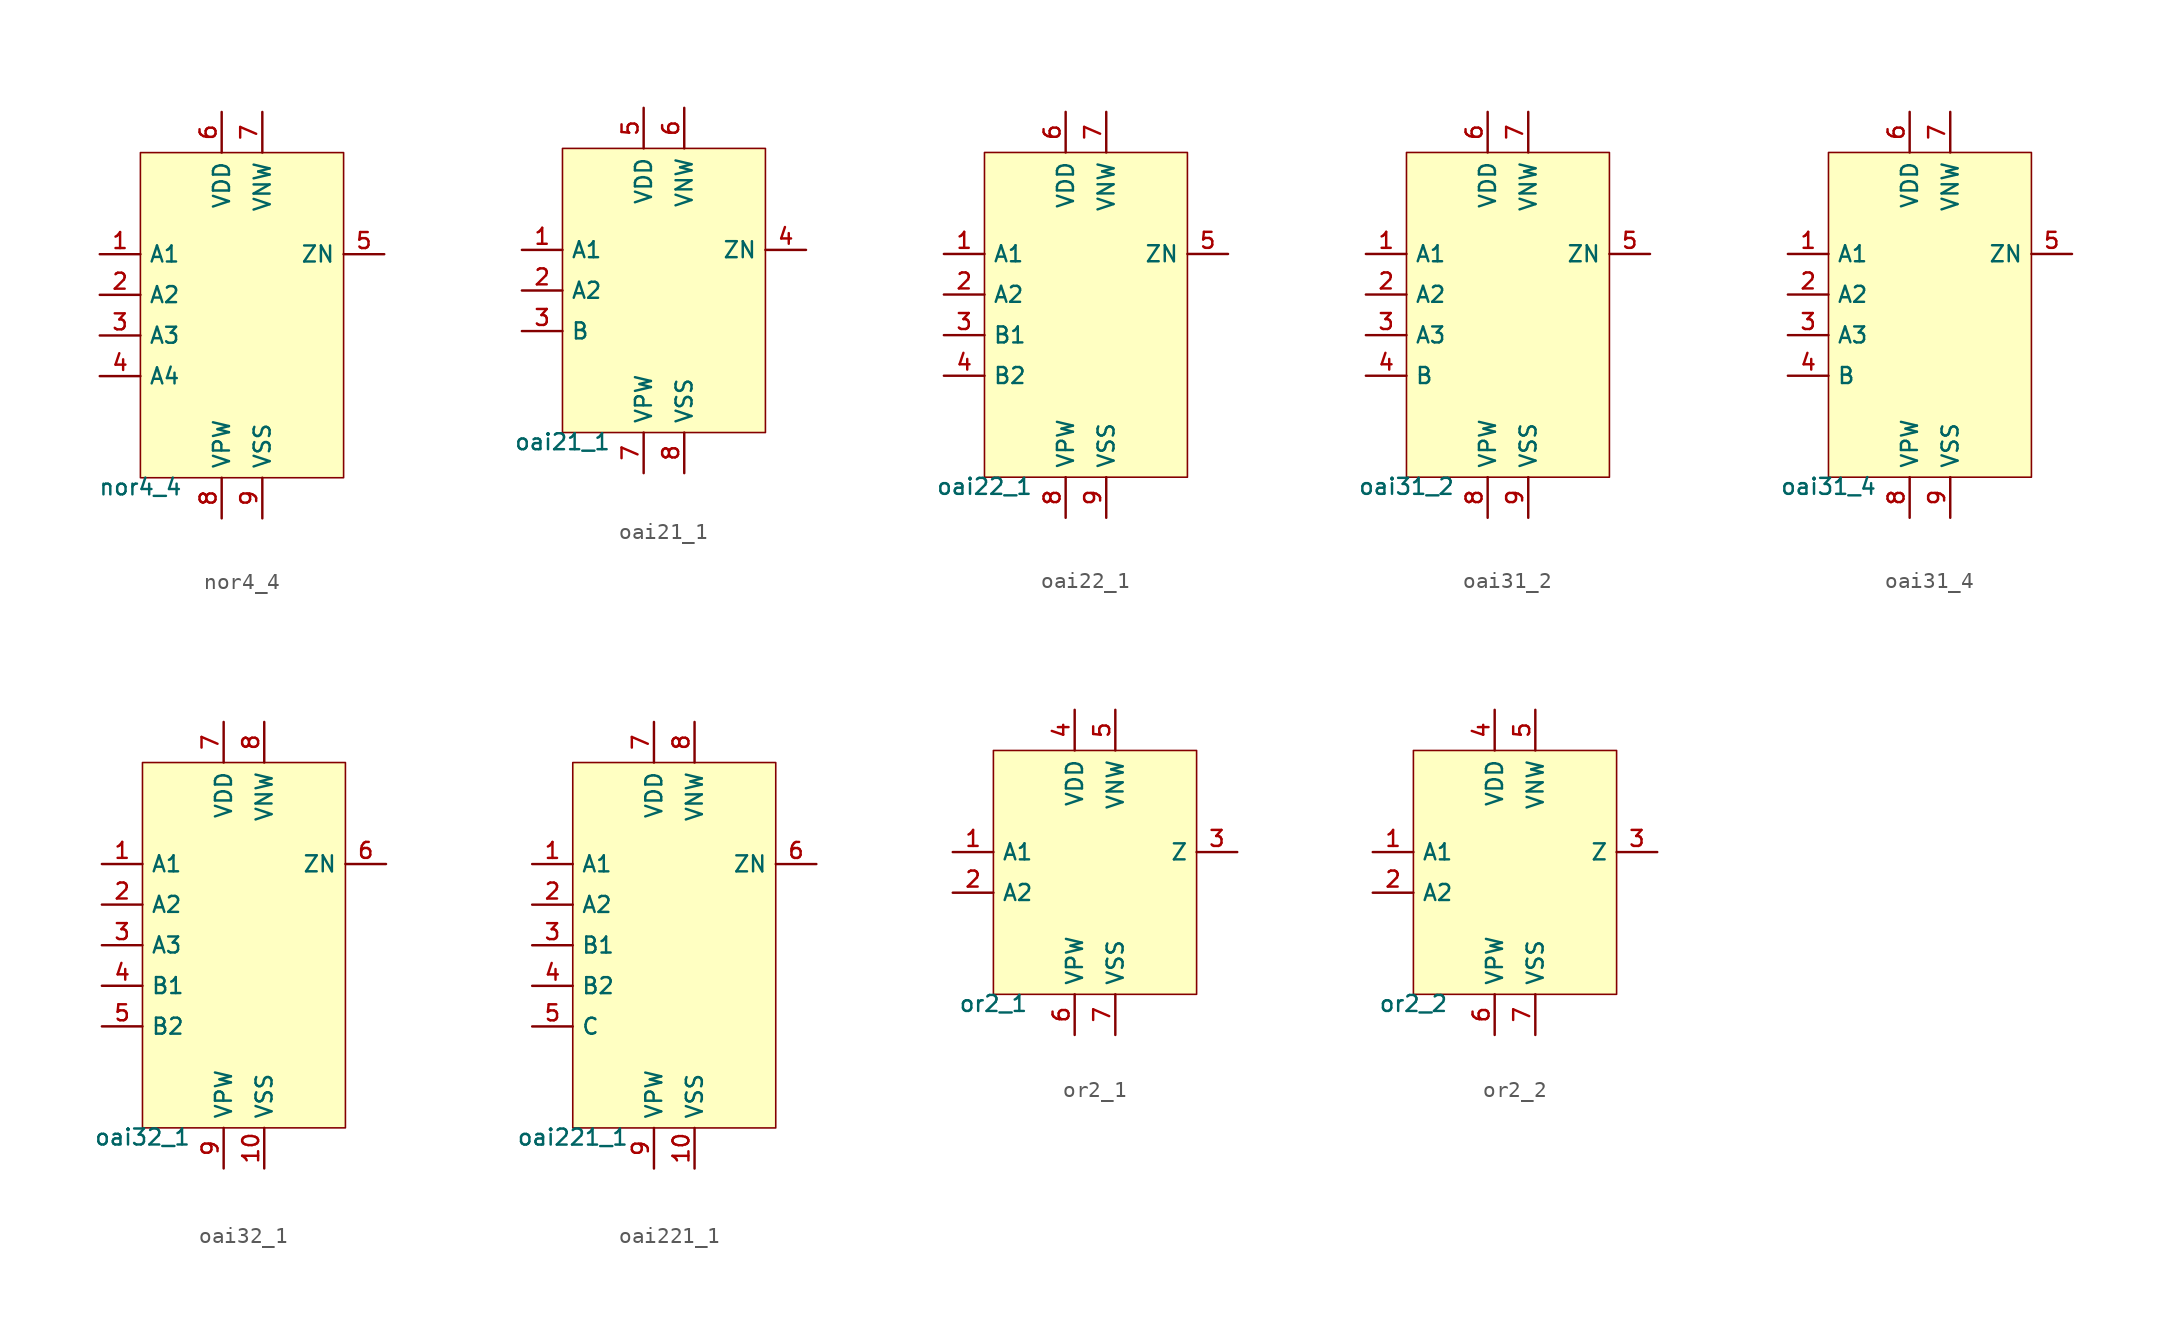
<source format=kicad_sym>
(kicad_symbol_lib
  (version 20211014)
  (generator pdk2kicad)
  (symbol "nor4_4"
    (property "Reference" "X"
      (at 0 0 0)
      (effects (font (size 1 1)) hide))
    (property "Value" "nor4_4"
      (at -6.35 -10.16 0)
      (effects (font (size 1 1)) (justify top)))
    (rectangle
      (start -6.35 -10.16)
      (end 6.35 10.16)
      (stroke (width 0.1) (type solid) (color 0 0 0 0))
      (fill (type background)))
    (pin input line
      (at -8.89 3.81 0)
      (length 2.54)
      (name "A1" (effects (font (size 1 1)) hide))
      (number "1" (effects (font (size 1 1)) hide)))
    (pin input line
      (at -8.89 1.27 0)
      (length 2.54)
      (name "A2" (effects (font (size 1 1)) hide))
      (number "2" (effects (font (size 1 1)) hide)))
    (pin input line
      (at -8.89 -1.27 0)
      (length 2.54)
      (name "A3" (effects (font (size 1 1)) hide))
      (number "3" (effects (font (size 1 1)) hide)))
    (pin input line
      (at -8.89 -3.81 0)
      (length 2.54)
      (name "A4" (effects (font (size 1 1)) hide))
      (number "4" (effects (font (size 1 1)) hide)))
    (pin output line
      (at 8.89 3.81 180)
      (length 2.54)
      (name "ZN" (effects (font (size 1 1)) hide))
      (number "5" (effects (font (size 1 1)) hide)))
    (pin power_in line
      (at -1.27 12.7 270)
      (length 2.54)
      (name "VDD" (effects (font (size 1 1)) hide))
      (number "6" (effects (font (size 1 1)) hide)))
    (pin power_in line
      (at 1.27 12.7 270)
      (length 2.54)
      (name "VNW" (effects (font (size 1 1)) hide))
      (number "7" (effects (font (size 1 1)) hide)))
    (pin power_in line
      (at -1.27 -12.7 90)
      (length 2.54)
      (name "VPW" (effects (font (size 1 1)) hide))
      (number "8" (effects (font (size 1 1)) hide)))
    (pin power_in line
      (at 1.27 -12.7 90)
      (length 2.54)
      (name "VSS" (effects (font (size 1 1)) hide))
      (number "9" (effects (font (size 1 1)) hide))))
  (symbol "oai21_1"
    (property "Reference" "X"
      (at 0 0 0)
      (effects (font (size 1 1)) hide))
    (property "Value" "oai21_1"
      (at -6.35 -8.89 0)
      (effects (font (size 1 1)) (justify top)))
    (rectangle
      (start -6.35 -8.89)
      (end 6.35 8.89)
      (stroke (width 0.1) (type solid) (color 0 0 0 0))
      (fill (type background)))
    (pin input line
      (at -8.89 2.54 0)
      (length 2.54)
      (name "A1" (effects (font (size 1 1)) hide))
      (number "1" (effects (font (size 1 1)) hide)))
    (pin input line
      (at -8.89 4.440892098500626e-16 0)
      (length 2.54)
      (name "A2" (effects (font (size 1 1)) hide))
      (number "2" (effects (font (size 1 1)) hide)))
    (pin input line
      (at -8.89 -2.54 0)
      (length 2.54)
      (name "B" (effects (font (size 1 1)) hide))
      (number "3" (effects (font (size 1 1)) hide)))
    (pin output line
      (at 8.89 2.54 180)
      (length 2.54)
      (name "ZN" (effects (font (size 1 1)) hide))
      (number "4" (effects (font (size 1 1)) hide)))
    (pin power_in line
      (at -1.27 11.43 270)
      (length 2.54)
      (name "VDD" (effects (font (size 1 1)) hide))
      (number "5" (effects (font (size 1 1)) hide)))
    (pin power_in line
      (at 1.27 11.43 270)
      (length 2.54)
      (name "VNW" (effects (font (size 1 1)) hide))
      (number "6" (effects (font (size 1 1)) hide)))
    (pin power_in line
      (at -1.27 -11.43 90)
      (length 2.54)
      (name "VPW" (effects (font (size 1 1)) hide))
      (number "7" (effects (font (size 1 1)) hide)))
    (pin power_in line
      (at 1.27 -11.43 90)
      (length 2.54)
      (name "VSS" (effects (font (size 1 1)) hide))
      (number "8" (effects (font (size 1 1)) hide))))
  (symbol "oai22_1"
    (property "Reference" "X"
      (at 0 0 0)
      (effects (font (size 1 1)) hide))
    (property "Value" "oai22_1"
      (at -6.35 -10.16 0)
      (effects (font (size 1 1)) (justify top)))
    (rectangle
      (start -6.35 -10.16)
      (end 6.35 10.16)
      (stroke (width 0.1) (type solid) (color 0 0 0 0))
      (fill (type background)))
    (pin input line
      (at -8.89 3.81 0)
      (length 2.54)
      (name "A1" (effects (font (size 1 1)) hide))
      (number "1" (effects (font (size 1 1)) hide)))
    (pin input line
      (at -8.89 1.27 0)
      (length 2.54)
      (name "A2" (effects (font (size 1 1)) hide))
      (number "2" (effects (font (size 1 1)) hide)))
    (pin input line
      (at -8.89 -1.27 0)
      (length 2.54)
      (name "B1" (effects (font (size 1 1)) hide))
      (number "3" (effects (font (size 1 1)) hide)))
    (pin input line
      (at -8.89 -3.81 0)
      (length 2.54)
      (name "B2" (effects (font (size 1 1)) hide))
      (number "4" (effects (font (size 1 1)) hide)))
    (pin output line
      (at 8.89 3.81 180)
      (length 2.54)
      (name "ZN" (effects (font (size 1 1)) hide))
      (number "5" (effects (font (size 1 1)) hide)))
    (pin power_in line
      (at -1.27 12.7 270)
      (length 2.54)
      (name "VDD" (effects (font (size 1 1)) hide))
      (number "6" (effects (font (size 1 1)) hide)))
    (pin power_in line
      (at 1.27 12.7 270)
      (length 2.54)
      (name "VNW" (effects (font (size 1 1)) hide))
      (number "7" (effects (font (size 1 1)) hide)))
    (pin power_in line
      (at -1.27 -12.7 90)
      (length 2.54)
      (name "VPW" (effects (font (size 1 1)) hide))
      (number "8" (effects (font (size 1 1)) hide)))
    (pin power_in line
      (at 1.27 -12.7 90)
      (length 2.54)
      (name "VSS" (effects (font (size 1 1)) hide))
      (number "9" (effects (font (size 1 1)) hide))))
  (symbol "oai31_2"
    (property "Reference" "X"
      (at 0 0 0)
      (effects (font (size 1 1)) hide))
    (property "Value" "oai31_2"
      (at -6.35 -10.16 0)
      (effects (font (size 1 1)) (justify top)))
    (rectangle
      (start -6.35 -10.16)
      (end 6.35 10.16)
      (stroke (width 0.1) (type solid) (color 0 0 0 0))
      (fill (type background)))
    (pin input line
      (at -8.89 3.81 0)
      (length 2.54)
      (name "A1" (effects (font (size 1 1)) hide))
      (number "1" (effects (font (size 1 1)) hide)))
    (pin input line
      (at -8.89 1.27 0)
      (length 2.54)
      (name "A2" (effects (font (size 1 1)) hide))
      (number "2" (effects (font (size 1 1)) hide)))
    (pin input line
      (at -8.89 -1.27 0)
      (length 2.54)
      (name "A3" (effects (font (size 1 1)) hide))
      (number "3" (effects (font (size 1 1)) hide)))
    (pin input line
      (at -8.89 -3.81 0)
      (length 2.54)
      (name "B" (effects (font (size 1 1)) hide))
      (number "4" (effects (font (size 1 1)) hide)))
    (pin output line
      (at 8.89 3.81 180)
      (length 2.54)
      (name "ZN" (effects (font (size 1 1)) hide))
      (number "5" (effects (font (size 1 1)) hide)))
    (pin power_in line
      (at -1.27 12.7 270)
      (length 2.54)
      (name "VDD" (effects (font (size 1 1)) hide))
      (number "6" (effects (font (size 1 1)) hide)))
    (pin power_in line
      (at 1.27 12.7 270)
      (length 2.54)
      (name "VNW" (effects (font (size 1 1)) hide))
      (number "7" (effects (font (size 1 1)) hide)))
    (pin power_in line
      (at -1.27 -12.7 90)
      (length 2.54)
      (name "VPW" (effects (font (size 1 1)) hide))
      (number "8" (effects (font (size 1 1)) hide)))
    (pin power_in line
      (at 1.27 -12.7 90)
      (length 2.54)
      (name "VSS" (effects (font (size 1 1)) hide))
      (number "9" (effects (font (size 1 1)) hide))))
  (symbol "oai31_4"
    (property "Reference" "X"
      (at 0 0 0)
      (effects (font (size 1 1)) hide))
    (property "Value" "oai31_4"
      (at -6.35 -10.16 0)
      (effects (font (size 1 1)) (justify top)))
    (rectangle
      (start -6.35 -10.16)
      (end 6.35 10.16)
      (stroke (width 0.1) (type solid) (color 0 0 0 0))
      (fill (type background)))
    (pin input line
      (at -8.89 3.81 0)
      (length 2.54)
      (name "A1" (effects (font (size 1 1)) hide))
      (number "1" (effects (font (size 1 1)) hide)))
    (pin input line
      (at -8.89 1.27 0)
      (length 2.54)
      (name "A2" (effects (font (size 1 1)) hide))
      (number "2" (effects (font (size 1 1)) hide)))
    (pin input line
      (at -8.89 -1.27 0)
      (length 2.54)
      (name "A3" (effects (font (size 1 1)) hide))
      (number "3" (effects (font (size 1 1)) hide)))
    (pin input line
      (at -8.89 -3.81 0)
      (length 2.54)
      (name "B" (effects (font (size 1 1)) hide))
      (number "4" (effects (font (size 1 1)) hide)))
    (pin output line
      (at 8.89 3.81 180)
      (length 2.54)
      (name "ZN" (effects (font (size 1 1)) hide))
      (number "5" (effects (font (size 1 1)) hide)))
    (pin power_in line
      (at -1.27 12.7 270)
      (length 2.54)
      (name "VDD" (effects (font (size 1 1)) hide))
      (number "6" (effects (font (size 1 1)) hide)))
    (pin power_in line
      (at 1.27 12.7 270)
      (length 2.54)
      (name "VNW" (effects (font (size 1 1)) hide))
      (number "7" (effects (font (size 1 1)) hide)))
    (pin power_in line
      (at -1.27 -12.7 90)
      (length 2.54)
      (name "VPW" (effects (font (size 1 1)) hide))
      (number "8" (effects (font (size 1 1)) hide)))
    (pin power_in line
      (at 1.27 -12.7 90)
      (length 2.54)
      (name "VSS" (effects (font (size 1 1)) hide))
      (number "9" (effects (font (size 1 1)) hide))))
  (symbol "oai32_1"
    (property "Reference" "X"
      (at 0 0 0)
      (effects (font (size 1 1)) hide))
    (property "Value" "oai32_1"
      (at -6.35 -11.43 0)
      (effects (font (size 1 1)) (justify top)))
    (rectangle
      (start -6.35 -11.43)
      (end 6.35 11.43)
      (stroke (width 0.1) (type solid) (color 0 0 0 0))
      (fill (type background)))
    (pin input line
      (at -8.89 5.08 0)
      (length 2.54)
      (name "A1" (effects (font (size 1 1)) hide))
      (number "1" (effects (font (size 1 1)) hide)))
    (pin input line
      (at -8.89 2.54 0)
      (length 2.54)
      (name "A2" (effects (font (size 1 1)) hide))
      (number "2" (effects (font (size 1 1)) hide)))
    (pin input line
      (at -8.89 -4.440892098500626e-16 0)
      (length 2.54)
      (name "A3" (effects (font (size 1 1)) hide))
      (number "3" (effects (font (size 1 1)) hide)))
    (pin input line
      (at -8.89 -2.54 0)
      (length 2.54)
      (name "B1" (effects (font (size 1 1)) hide))
      (number "4" (effects (font (size 1 1)) hide)))
    (pin input line
      (at -8.89 -5.08 0)
      (length 2.54)
      (name "B2" (effects (font (size 1 1)) hide))
      (number "5" (effects (font (size 1 1)) hide)))
    (pin output line
      (at 8.89 5.08 180)
      (length 2.54)
      (name "ZN" (effects (font (size 1 1)) hide))
      (number "6" (effects (font (size 1 1)) hide)))
    (pin power_in line
      (at -1.27 13.97 270)
      (length 2.54)
      (name "VDD" (effects (font (size 1 1)) hide))
      (number "7" (effects (font (size 1 1)) hide)))
    (pin power_in line
      (at 1.27 13.97 270)
      (length 2.54)
      (name "VNW" (effects (font (size 1 1)) hide))
      (number "8" (effects (font (size 1 1)) hide)))
    (pin power_in line
      (at -1.27 -13.97 90)
      (length 2.54)
      (name "VPW" (effects (font (size 1 1)) hide))
      (number "9" (effects (font (size 1 1)) hide)))
    (pin power_in line
      (at 1.27 -13.97 90)
      (length 2.54)
      (name "VSS" (effects (font (size 1 1)) hide))
      (number "10" (effects (font (size 1 1)) hide))))
  (symbol "oai221_1"
    (property "Reference" "X"
      (at 0 0 0)
      (effects (font (size 1 1)) hide))
    (property "Value" "oai221_1"
      (at -6.35 -11.43 0)
      (effects (font (size 1 1)) (justify top)))
    (rectangle
      (start -6.35 -11.43)
      (end 6.35 11.43)
      (stroke (width 0.1) (type solid) (color 0 0 0 0))
      (fill (type background)))
    (pin input line
      (at -8.89 5.08 0)
      (length 2.54)
      (name "A1" (effects (font (size 1 1)) hide))
      (number "1" (effects (font (size 1 1)) hide)))
    (pin input line
      (at -8.89 2.54 0)
      (length 2.54)
      (name "A2" (effects (font (size 1 1)) hide))
      (number "2" (effects (font (size 1 1)) hide)))
    (pin input line
      (at -8.89 -4.440892098500626e-16 0)
      (length 2.54)
      (name "B1" (effects (font (size 1 1)) hide))
      (number "3" (effects (font (size 1 1)) hide)))
    (pin input line
      (at -8.89 -2.54 0)
      (length 2.54)
      (name "B2" (effects (font (size 1 1)) hide))
      (number "4" (effects (font (size 1 1)) hide)))
    (pin input line
      (at -8.89 -5.08 0)
      (length 2.54)
      (name "C" (effects (font (size 1 1)) hide))
      (number "5" (effects (font (size 1 1)) hide)))
    (pin output line
      (at 8.89 5.08 180)
      (length 2.54)
      (name "ZN" (effects (font (size 1 1)) hide))
      (number "6" (effects (font (size 1 1)) hide)))
    (pin power_in line
      (at -1.27 13.97 270)
      (length 2.54)
      (name "VDD" (effects (font (size 1 1)) hide))
      (number "7" (effects (font (size 1 1)) hide)))
    (pin power_in line
      (at 1.27 13.97 270)
      (length 2.54)
      (name "VNW" (effects (font (size 1 1)) hide))
      (number "8" (effects (font (size 1 1)) hide)))
    (pin power_in line
      (at -1.27 -13.97 90)
      (length 2.54)
      (name "VPW" (effects (font (size 1 1)) hide))
      (number "9" (effects (font (size 1 1)) hide)))
    (pin power_in line
      (at 1.27 -13.97 90)
      (length 2.54)
      (name "VSS" (effects (font (size 1 1)) hide))
      (number "10" (effects (font (size 1 1)) hide))))
  (symbol "or2_1"
    (property "Reference" "X"
      (at 0 0 0)
      (effects (font (size 1 1)) hide))
    (property "Value" "or2_1"
      (at -6.35 -7.62 0)
      (effects (font (size 1 1)) (justify top)))
    (rectangle
      (start -6.35 -7.62)
      (end 6.35 7.62)
      (stroke (width 0.1) (type solid) (color 0 0 0 0))
      (fill (type background)))
    (pin input line
      (at -8.89 1.27 0)
      (length 2.54)
      (name "A1" (effects (font (size 1 1)) hide))
      (number "1" (effects (font (size 1 1)) hide)))
    (pin input line
      (at -8.89 -1.27 0)
      (length 2.54)
      (name "A2" (effects (font (size 1 1)) hide))
      (number "2" (effects (font (size 1 1)) hide)))
    (pin output line
      (at 8.89 1.27 180)
      (length 2.54)
      (name "Z" (effects (font (size 1 1)) hide))
      (number "3" (effects (font (size 1 1)) hide)))
    (pin power_in line
      (at -1.27 10.16 270)
      (length 2.54)
      (name "VDD" (effects (font (size 1 1)) hide))
      (number "4" (effects (font (size 1 1)) hide)))
    (pin power_in line
      (at 1.27 10.16 270)
      (length 2.54)
      (name "VNW" (effects (font (size 1 1)) hide))
      (number "5" (effects (font (size 1 1)) hide)))
    (pin power_in line
      (at -1.27 -10.16 90)
      (length 2.54)
      (name "VPW" (effects (font (size 1 1)) hide))
      (number "6" (effects (font (size 1 1)) hide)))
    (pin power_in line
      (at 1.27 -10.16 90)
      (length 2.54)
      (name "VSS" (effects (font (size 1 1)) hide))
      (number "7" (effects (font (size 1 1)) hide))))
  (symbol "or2_2"
    (property "Reference" "X"
      (at 0 0 0)
      (effects (font (size 1 1)) hide))
    (property "Value" "or2_2"
      (at -6.35 -7.62 0)
      (effects (font (size 1 1)) (justify top)))
    (rectangle
      (start -6.35 -7.62)
      (end 6.35 7.62)
      (stroke (width 0.1) (type solid) (color 0 0 0 0))
      (fill (type background)))
    (pin input line
      (at -8.89 1.27 0)
      (length 2.54)
      (name "A1" (effects (font (size 1 1)) hide))
      (number "1" (effects (font (size 1 1)) hide)))
    (pin input line
      (at -8.89 -1.27 0)
      (length 2.54)
      (name "A2" (effects (font (size 1 1)) hide))
      (number "2" (effects (font (size 1 1)) hide)))
    (pin output line
      (at 8.89 1.27 180)
      (length 2.54)
      (name "Z" (effects (font (size 1 1)) hide))
      (number "3" (effects (font (size 1 1)) hide)))
    (pin power_in line
      (at -1.27 10.16 270)
      (length 2.54)
      (name "VDD" (effects (font (size 1 1)) hide))
      (number "4" (effects (font (size 1 1)) hide)))
    (pin power_in line
      (at 1.27 10.16 270)
      (length 2.54)
      (name "VNW" (effects (font (size 1 1)) hide))
      (number "5" (effects (font (size 1 1)) hide)))
    (pin power_in line
      (at -1.27 -10.16 90)
      (length 2.54)
      (name "VPW" (effects (font (size 1 1)) hide))
      (number "6" (effects (font (size 1 1)) hide)))
    (pin power_in line
      (at 1.27 -10.16 90)
      (length 2.54)
      (name "VSS" (effects (font (size 1 1)) hide))
      (number "7" (effects (font (size 1 1)) hide)))))
</source>
